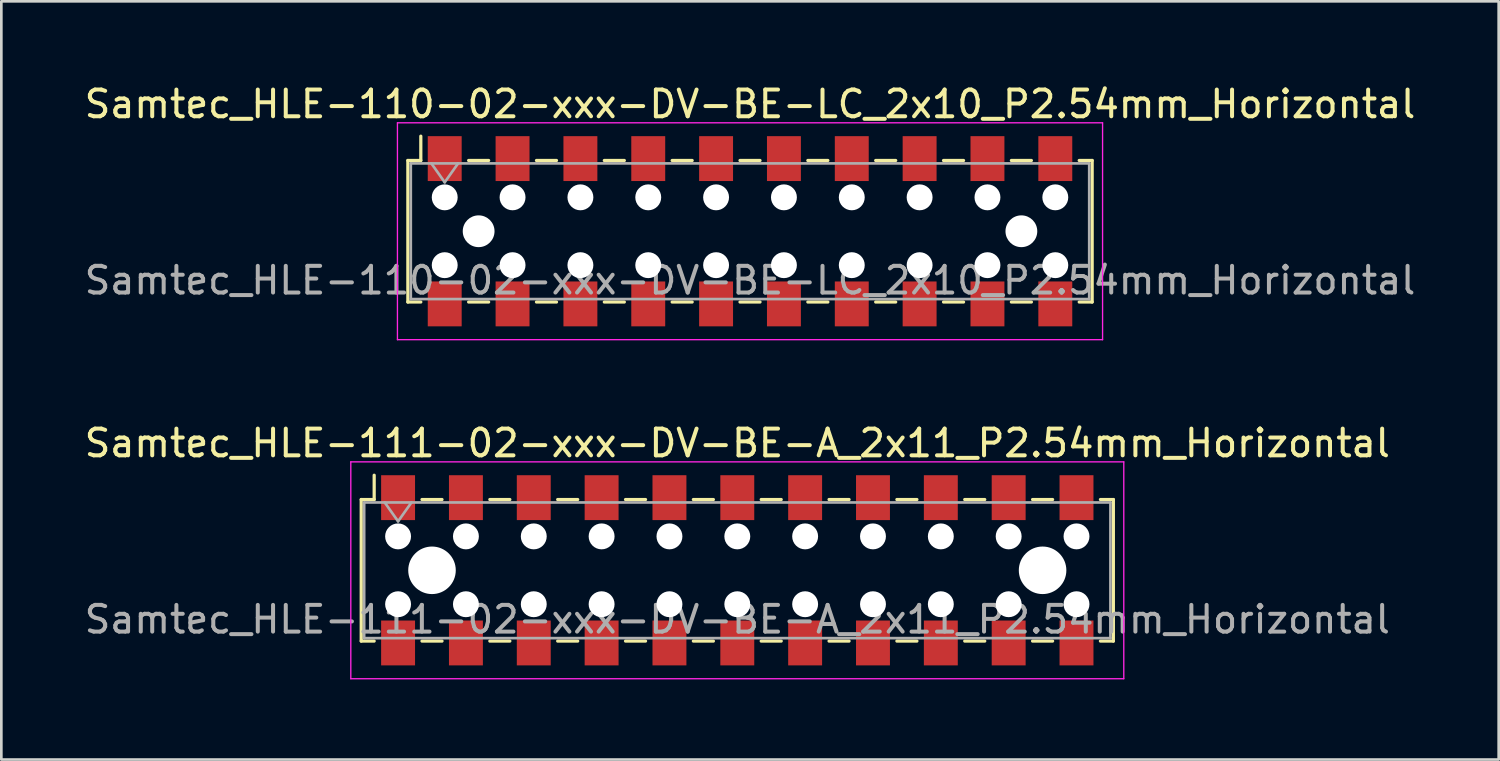
<source format=kicad_pcb>
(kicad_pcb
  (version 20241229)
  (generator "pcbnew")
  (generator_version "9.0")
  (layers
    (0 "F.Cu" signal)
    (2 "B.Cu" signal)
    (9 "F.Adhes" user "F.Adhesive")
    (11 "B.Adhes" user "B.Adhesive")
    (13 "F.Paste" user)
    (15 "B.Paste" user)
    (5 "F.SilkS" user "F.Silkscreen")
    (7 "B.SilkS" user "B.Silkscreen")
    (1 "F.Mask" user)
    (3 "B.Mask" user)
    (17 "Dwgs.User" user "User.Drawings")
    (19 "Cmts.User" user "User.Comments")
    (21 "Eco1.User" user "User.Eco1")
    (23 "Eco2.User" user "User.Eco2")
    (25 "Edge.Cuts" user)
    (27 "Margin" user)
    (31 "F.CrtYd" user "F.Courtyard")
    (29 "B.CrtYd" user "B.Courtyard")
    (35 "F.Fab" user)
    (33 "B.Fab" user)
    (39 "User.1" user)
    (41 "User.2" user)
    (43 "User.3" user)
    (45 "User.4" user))
  (footprint "Samtec_HLE-110-02-xxx-DV-BE-LC_2x10_P2.54mm_Horizontal"
    (layer "F.Cu")
    (at 25.03 5.608)
    (property "Reference" "Samtec_HLE-110-02-xxx-DV-BE-LC_2x10_P2.54mm_Horizontal" (at 0 -4.76 0) (layer "F.SilkS") (effects (font (size 1 1) (thickness 0.15))))
    (attr smd)
    (fp_line (start -12.81 -2.65) (end -12.81 2.65) (stroke (width 0.12) (type solid)) (layer "F.SilkS"))
    (fp_line (start -12.81 2.65) (end -12.325 2.65) (stroke (width 0.12) (type solid)) (layer "F.SilkS"))
    (fp_line (start -12.325 -3.56) (end -12.325 -2.65) (stroke (width 0.12) (type solid)) (layer "F.SilkS"))
    (fp_line (start -12.325 -2.65) (end -12.81 -2.65) (stroke (width 0.12) (type solid)) (layer "F.SilkS"))
    (fp_line (start -10.535 -2.65) (end -9.785 -2.65) (stroke (width 0.12) (type solid)) (layer "F.SilkS"))
    (fp_line (start -10.535 2.65) (end -9.785 2.65) (stroke (width 0.12) (type solid)) (layer "F.SilkS"))
    (fp_line (start -7.995 -2.65) (end -7.245 -2.65) (stroke (width 0.12) (type solid)) (layer "F.SilkS"))
    (fp_line (start -7.995 2.65) (end -7.245 2.65) (stroke (width 0.12) (type solid)) (layer "F.SilkS"))
    (fp_line (start -5.455 -2.65) (end -4.705 -2.65) (stroke (width 0.12) (type solid)) (layer "F.SilkS"))
    (fp_line (start -5.455 2.65) (end -4.705 2.65) (stroke (width 0.12) (type solid)) (layer "F.SilkS"))
    (fp_line (start -2.915 -2.65) (end -2.165 -2.65) (stroke (width 0.12) (type solid)) (layer "F.SilkS"))
    (fp_line (start -2.915 2.65) (end -2.165 2.65) (stroke (width 0.12) (type solid)) (layer "F.SilkS"))
    (fp_line (start -0.375 -2.65) (end 0.375 -2.65) (stroke (width 0.12) (type solid)) (layer "F.SilkS"))
    (fp_line (start -0.375 2.65) (end 0.375 2.65) (stroke (width 0.12) (type solid)) (layer "F.SilkS"))
    (fp_line (start 2.165 -2.65) (end 2.915 -2.65) (stroke (width 0.12) (type solid)) (layer "F.SilkS"))
    (fp_line (start 2.165 2.65) (end 2.915 2.65) (stroke (width 0.12) (type solid)) (layer "F.SilkS"))
    (fp_line (start 4.705 -2.65) (end 5.455 -2.65) (stroke (width 0.12) (type solid)) (layer "F.SilkS"))
    (fp_line (start 4.705 2.65) (end 5.455 2.65) (stroke (width 0.12) (type solid)) (layer "F.SilkS"))
    (fp_line (start 7.245 -2.65) (end 7.995 -2.65) (stroke (width 0.12) (type solid)) (layer "F.SilkS"))
    (fp_line (start 7.245 2.65) (end 7.995 2.65) (stroke (width 0.12) (type solid)) (layer "F.SilkS"))
    (fp_line (start 9.785 -2.65) (end 10.535 -2.65) (stroke (width 0.12) (type solid)) (layer "F.SilkS"))
    (fp_line (start 9.785 2.65) (end 10.535 2.65) (stroke (width 0.12) (type solid)) (layer "F.SilkS"))
    (fp_line (start 12.325 -2.65) (end 12.81 -2.65) (stroke (width 0.12) (type solid)) (layer "F.SilkS"))
    (fp_line (start 12.81 -2.65) (end 12.81 2.65) (stroke (width 0.12) (type solid)) (layer "F.SilkS"))
    (fp_line (start 12.81 2.65) (end 12.325 2.65) (stroke (width 0.12) (type solid)) (layer "F.SilkS"))
    (fp_line (start -13.2 -4.06) (end 13.2 -4.06) (stroke (width 0.05) (type solid)) (layer "F.CrtYd"))
    (fp_line (start -13.2 4.06) (end -13.2 -4.06) (stroke (width 0.05) (type solid)) (layer "F.CrtYd"))
    (fp_line (start 13.2 -4.06) (end 13.2 4.06) (stroke (width 0.05) (type solid)) (layer "F.CrtYd"))
    (fp_line (start 13.2 4.06) (end -13.2 4.06) (stroke (width 0.05) (type solid)) (layer "F.CrtYd"))
    (fp_line (start -12.7 -2.54) (end 12.7 -2.54) (stroke (width 0.1) (type solid)) (layer "F.Fab"))
    (fp_line (start -12.7 2.54) (end -12.7 -2.54) (stroke (width 0.1) (type solid)) (layer "F.Fab"))
    (fp_line (start -11.93 -2.54) (end -11.43 -1.833) (stroke (width 0.1) (type solid)) (layer "F.Fab"))
    (fp_line (start -11.43 -1.833) (end -10.93 -2.54) (stroke (width 0.1) (type solid)) (layer "F.Fab"))
    (fp_line (start 12.7 -2.54) (end 12.7 2.54) (stroke (width 0.1) (type solid)) (layer "F.Fab"))
    (fp_line (start 12.7 2.54) (end -12.7 2.54) (stroke (width 0.1) (type solid)) (layer "F.Fab"))
    (fp_text user "${REFERENCE}" (at 0 1.84 0) (layer "F.Fab") (effects (font (size 1 1) (thickness 0.15))))
    (pad "" np_thru_hole circle (at -11.43 -1.27) (size 0.97 0.97) (drill 0.97) (layers "*.Cu" "*.Mask"))
    (pad "" np_thru_hole circle (at -11.43 1.27) (size 0.97 0.97) (drill 0.97) (layers "*.Cu" "*.Mask"))
    (pad "" np_thru_hole circle (at -10.16 0) (size 1.19 1.19) (drill 1.19) (layers "*.Cu" "*.Mask"))
    (pad "" np_thru_hole circle (at -8.89 -1.27) (size 0.97 0.97) (drill 0.97) (layers "*.Cu" "*.Mask"))
    (pad "" np_thru_hole circle (at -8.89 1.27) (size 0.97 0.97) (drill 0.97) (layers "*.Cu" "*.Mask"))
    (pad "" np_thru_hole circle (at -6.35 -1.27) (size 0.97 0.97) (drill 0.97) (layers "*.Cu" "*.Mask"))
    (pad "" np_thru_hole circle (at -6.35 1.27) (size 0.97 0.97) (drill 0.97) (layers "*.Cu" "*.Mask"))
    (pad "" np_thru_hole circle (at -3.81 -1.27) (size 0.97 0.97) (drill 0.97) (layers "*.Cu" "*.Mask"))
    (pad "" np_thru_hole circle (at -3.81 1.27) (size 0.97 0.97) (drill 0.97) (layers "*.Cu" "*.Mask"))
    (pad "" np_thru_hole circle (at -1.27 -1.27) (size 0.97 0.97) (drill 0.97) (layers "*.Cu" "*.Mask"))
    (pad "" np_thru_hole circle (at -1.27 1.27) (size 0.97 0.97) (drill 0.97) (layers "*.Cu" "*.Mask"))
    (pad "" np_thru_hole circle (at 1.27 -1.27) (size 0.97 0.97) (drill 0.97) (layers "*.Cu" "*.Mask"))
    (pad "" np_thru_hole circle (at 1.27 1.27) (size 0.97 0.97) (drill 0.97) (layers "*.Cu" "*.Mask"))
    (pad "" np_thru_hole circle (at 3.81 -1.27) (size 0.97 0.97) (drill 0.97) (layers "*.Cu" "*.Mask"))
    (pad "" np_thru_hole circle (at 3.81 1.27) (size 0.97 0.97) (drill 0.97) (layers "*.Cu" "*.Mask"))
    (pad "" np_thru_hole circle (at 6.35 -1.27) (size 0.97 0.97) (drill 0.97) (layers "*.Cu" "*.Mask"))
    (pad "" np_thru_hole circle (at 6.35 1.27) (size 0.97 0.97) (drill 0.97) (layers "*.Cu" "*.Mask"))
    (pad "" np_thru_hole circle (at 8.89 -1.27) (size 0.97 0.97) (drill 0.97) (layers "*.Cu" "*.Mask"))
    (pad "" np_thru_hole circle (at 8.89 1.27) (size 0.97 0.97) (drill 0.97) (layers "*.Cu" "*.Mask"))
    (pad "" np_thru_hole circle (at 10.16 0) (size 1.19 1.19) (drill 1.19) (layers "*.Cu" "*.Mask"))
    (pad "" np_thru_hole circle (at 11.43 -1.27) (size 0.97 0.97) (drill 0.97) (layers "*.Cu" "*.Mask"))
    (pad "" np_thru_hole circle (at 11.43 1.27) (size 0.97 0.97) (drill 0.97) (layers "*.Cu" "*.Mask"))
    (pad "1" smd rect (at -11.43 -2.72) (size 1.27 1.68) (layers "F.Cu" "F.Mask" "F.Paste"))
    (pad "2" smd rect (at -11.43 2.72) (size 1.27 1.68) (layers "F.Cu" "F.Mask" "F.Paste"))
    (pad "3" smd rect (at -8.89 -2.72) (size 1.27 1.68) (layers "F.Cu" "F.Mask" "F.Paste"))
    (pad "4" smd rect (at -8.89 2.72) (size 1.27 1.68) (layers "F.Cu" "F.Mask" "F.Paste"))
    (pad "5" smd rect (at -6.35 -2.72) (size 1.27 1.68) (layers "F.Cu" "F.Mask" "F.Paste"))
    (pad "6" smd rect (at -6.35 2.72) (size 1.27 1.68) (layers "F.Cu" "F.Mask" "F.Paste"))
    (pad "7" smd rect (at -3.81 -2.72) (size 1.27 1.68) (layers "F.Cu" "F.Mask" "F.Paste"))
    (pad "8" smd rect (at -3.81 2.72) (size 1.27 1.68) (layers "F.Cu" "F.Mask" "F.Paste"))
    (pad "9" smd rect (at -1.27 -2.72) (size 1.27 1.68) (layers "F.Cu" "F.Mask" "F.Paste"))
    (pad "10" smd rect (at -1.27 2.72) (size 1.27 1.68) (layers "F.Cu" "F.Mask" "F.Paste"))
    (pad "11" smd rect (at 1.27 -2.72) (size 1.27 1.68) (layers "F.Cu" "F.Mask" "F.Paste"))
    (pad "12" smd rect (at 1.27 2.72) (size 1.27 1.68) (layers "F.Cu" "F.Mask" "F.Paste"))
    (pad "13" smd rect (at 3.81 -2.72) (size 1.27 1.68) (layers "F.Cu" "F.Mask" "F.Paste"))
    (pad "14" smd rect (at 3.81 2.72) (size 1.27 1.68) (layers "F.Cu" "F.Mask" "F.Paste"))
    (pad "15" smd rect (at 6.35 -2.72) (size 1.27 1.68) (layers "F.Cu" "F.Mask" "F.Paste"))
    (pad "16" smd rect (at 6.35 2.72) (size 1.27 1.68) (layers "F.Cu" "F.Mask" "F.Paste"))
    (pad "17" smd rect (at 8.89 -2.72) (size 1.27 1.68) (layers "F.Cu" "F.Mask" "F.Paste"))
    (pad "18" smd rect (at 8.89 2.72) (size 1.27 1.68) (layers "F.Cu" "F.Mask" "F.Paste"))
    (pad "19" smd rect (at 11.43 -2.72) (size 1.27 1.68) (layers "F.Cu" "F.Mask" "F.Paste"))
    (pad "20" smd rect (at 11.43 2.72) (size 1.27 1.68) (layers "F.Cu" "F.Mask" "F.Paste")))
  (footprint "Samtec_HLE-111-02-xxx-DV-BE-A_2x11_P2.54mm_Horizontal"
    (layer "F.Cu")
    (at 24.554 18.302)
    (property "Reference" "Samtec_HLE-111-02-xxx-DV-BE-A_2x11_P2.54mm_Horizontal" (at 0 -4.76 0) (layer "F.SilkS") (effects (font (size 1 1) (thickness 0.15))))
    (attr smd)
    (fp_line (start -14.08 -2.65) (end -14.08 2.65) (stroke (width 0.12) (type solid)) (layer "F.SilkS"))
    (fp_line (start -14.08 2.65) (end -13.595 2.65) (stroke (width 0.12) (type solid)) (layer "F.SilkS"))
    (fp_line (start -13.595 -3.56) (end -13.595 -2.65) (stroke (width 0.12) (type solid)) (layer "F.SilkS"))
    (fp_line (start -13.595 -2.65) (end -14.08 -2.65) (stroke (width 0.12) (type solid)) (layer "F.SilkS"))
    (fp_line (start -11.805 -2.65) (end -11.055 -2.65) (stroke (width 0.12) (type solid)) (layer "F.SilkS"))
    (fp_line (start -11.805 2.65) (end -11.055 2.65) (stroke (width 0.12) (type solid)) (layer "F.SilkS"))
    (fp_line (start -9.265 -2.65) (end -8.515 -2.65) (stroke (width 0.12) (type solid)) (layer "F.SilkS"))
    (fp_line (start -9.265 2.65) (end -8.515 2.65) (stroke (width 0.12) (type solid)) (layer "F.SilkS"))
    (fp_line (start -6.725 -2.65) (end -5.975 -2.65) (stroke (width 0.12) (type solid)) (layer "F.SilkS"))
    (fp_line (start -6.725 2.65) (end -5.975 2.65) (stroke (width 0.12) (type solid)) (layer "F.SilkS"))
    (fp_line (start -4.185 -2.65) (end -3.435 -2.65) (stroke (width 0.12) (type solid)) (layer "F.SilkS"))
    (fp_line (start -4.185 2.65) (end -3.435 2.65) (stroke (width 0.12) (type solid)) (layer "F.SilkS"))
    (fp_line (start -1.645 -2.65) (end -0.895 -2.65) (stroke (width 0.12) (type solid)) (layer "F.SilkS"))
    (fp_line (start -1.645 2.65) (end -0.895 2.65) (stroke (width 0.12) (type solid)) (layer "F.SilkS"))
    (fp_line (start 0.895 -2.65) (end 1.645 -2.65) (stroke (width 0.12) (type solid)) (layer "F.SilkS"))
    (fp_line (start 0.895 2.65) (end 1.645 2.65) (stroke (width 0.12) (type solid)) (layer "F.SilkS"))
    (fp_line (start 3.435 -2.65) (end 4.185 -2.65) (stroke (width 0.12) (type solid)) (layer "F.SilkS"))
    (fp_line (start 3.435 2.65) (end 4.185 2.65) (stroke (width 0.12) (type solid)) (layer "F.SilkS"))
    (fp_line (start 5.975 -2.65) (end 6.725 -2.65) (stroke (width 0.12) (type solid)) (layer "F.SilkS"))
    (fp_line (start 5.975 2.65) (end 6.725 2.65) (stroke (width 0.12) (type solid)) (layer "F.SilkS"))
    (fp_line (start 8.515 -2.65) (end 9.265 -2.65) (stroke (width 0.12) (type solid)) (layer "F.SilkS"))
    (fp_line (start 8.515 2.65) (end 9.265 2.65) (stroke (width 0.12) (type solid)) (layer "F.SilkS"))
    (fp_line (start 11.055 -2.65) (end 11.805 -2.65) (stroke (width 0.12) (type solid)) (layer "F.SilkS"))
    (fp_line (start 11.055 2.65) (end 11.805 2.65) (stroke (width 0.12) (type solid)) (layer "F.SilkS"))
    (fp_line (start 13.595 -2.65) (end 14.08 -2.65) (stroke (width 0.12) (type solid)) (layer "F.SilkS"))
    (fp_line (start 14.08 -2.65) (end 14.08 2.65) (stroke (width 0.12) (type solid)) (layer "F.SilkS"))
    (fp_line (start 14.08 2.65) (end 13.595 2.65) (stroke (width 0.12) (type solid)) (layer "F.SilkS"))
    (fp_line (start -14.47 -4.06) (end 14.47 -4.06) (stroke (width 0.05) (type solid)) (layer "F.CrtYd"))
    (fp_line (start -14.47 4.06) (end -14.47 -4.06) (stroke (width 0.05) (type solid)) (layer "F.CrtYd"))
    (fp_line (start 14.47 -4.06) (end 14.47 4.06) (stroke (width 0.05) (type solid)) (layer "F.CrtYd"))
    (fp_line (start 14.47 4.06) (end -14.47 4.06) (stroke (width 0.05) (type solid)) (layer "F.CrtYd"))
    (fp_line (start -13.97 -2.54) (end 13.97 -2.54) (stroke (width 0.1) (type solid)) (layer "F.Fab"))
    (fp_line (start -13.97 2.54) (end -13.97 -2.54) (stroke (width 0.1) (type solid)) (layer "F.Fab"))
    (fp_line (start -13.2 -2.54) (end -12.7 -1.833) (stroke (width 0.1) (type solid)) (layer "F.Fab"))
    (fp_line (start -12.7 -1.833) (end -12.2 -2.54) (stroke (width 0.1) (type solid)) (layer "F.Fab"))
    (fp_line (start 13.97 -2.54) (end 13.97 2.54) (stroke (width 0.1) (type solid)) (layer "F.Fab"))
    (fp_line (start 13.97 2.54) (end -13.97 2.54) (stroke (width 0.1) (type solid)) (layer "F.Fab"))
    (fp_text user "${REFERENCE}" (at 0 1.84 0) (layer "F.Fab") (effects (font (size 1 1) (thickness 0.15))))
    (pad "" np_thru_hole circle (at -12.7 -1.27) (size 0.97 0.97) (drill 0.97) (layers "*.Cu" "*.Mask"))
    (pad "" np_thru_hole circle (at -12.7 1.27) (size 0.97 0.97) (drill 0.97) (layers "*.Cu" "*.Mask"))
    (pad "" np_thru_hole circle (at -11.43 0) (size 1.78 1.78) (drill 1.78) (layers "*.Cu" "*.Mask"))
    (pad "" np_thru_hole circle (at -10.16 -1.27) (size 0.97 0.97) (drill 0.97) (layers "*.Cu" "*.Mask"))
    (pad "" np_thru_hole circle (at -10.16 1.27) (size 0.97 0.97) (drill 0.97) (layers "*.Cu" "*.Mask"))
    (pad "" np_thru_hole circle (at -7.62 -1.27) (size 0.97 0.97) (drill 0.97) (layers "*.Cu" "*.Mask"))
    (pad "" np_thru_hole circle (at -7.62 1.27) (size 0.97 0.97) (drill 0.97) (layers "*.Cu" "*.Mask"))
    (pad "" np_thru_hole circle (at -5.08 -1.27) (size 0.97 0.97) (drill 0.97) (layers "*.Cu" "*.Mask"))
    (pad "" np_thru_hole circle (at -5.08 1.27) (size 0.97 0.97) (drill 0.97) (layers "*.Cu" "*.Mask"))
    (pad "" np_thru_hole circle (at -2.54 -1.27) (size 0.97 0.97) (drill 0.97) (layers "*.Cu" "*.Mask"))
    (pad "" np_thru_hole circle (at -2.54 1.27) (size 0.97 0.97) (drill 0.97) (layers "*.Cu" "*.Mask"))
    (pad "" np_thru_hole circle (at 0 -1.27) (size 0.97 0.97) (drill 0.97) (layers "*.Cu" "*.Mask"))
    (pad "" np_thru_hole circle (at 0 1.27) (size 0.97 0.97) (drill 0.97) (layers "*.Cu" "*.Mask"))
    (pad "" np_thru_hole circle (at 2.54 -1.27) (size 0.97 0.97) (drill 0.97) (layers "*.Cu" "*.Mask"))
    (pad "" np_thru_hole circle (at 2.54 1.27) (size 0.97 0.97) (drill 0.97) (layers "*.Cu" "*.Mask"))
    (pad "" np_thru_hole circle (at 5.08 -1.27) (size 0.97 0.97) (drill 0.97) (layers "*.Cu" "*.Mask"))
    (pad "" np_thru_hole circle (at 5.08 1.27) (size 0.97 0.97) (drill 0.97) (layers "*.Cu" "*.Mask"))
    (pad "" np_thru_hole circle (at 7.62 -1.27) (size 0.97 0.97) (drill 0.97) (layers "*.Cu" "*.Mask"))
    (pad "" np_thru_hole circle (at 7.62 1.27) (size 0.97 0.97) (drill 0.97) (layers "*.Cu" "*.Mask"))
    (pad "" np_thru_hole circle (at 10.16 -1.27) (size 0.97 0.97) (drill 0.97) (layers "*.Cu" "*.Mask"))
    (pad "" np_thru_hole circle (at 10.16 1.27) (size 0.97 0.97) (drill 0.97) (layers "*.Cu" "*.Mask"))
    (pad "" np_thru_hole circle (at 11.43 0) (size 1.78 1.78) (drill 1.78) (layers "*.Cu" "*.Mask"))
    (pad "" np_thru_hole circle (at 12.7 -1.27) (size 0.97 0.97) (drill 0.97) (layers "*.Cu" "*.Mask"))
    (pad "" np_thru_hole circle (at 12.7 1.27) (size 0.97 0.97) (drill 0.97) (layers "*.Cu" "*.Mask"))
    (pad "1" smd rect (at -12.7 -2.72) (size 1.27 1.68) (layers "F.Cu" "F.Mask" "F.Paste"))
    (pad "2" smd rect (at -12.7 2.72) (size 1.27 1.68) (layers "F.Cu" "F.Mask" "F.Paste"))
    (pad "3" smd rect (at -10.16 -2.72) (size 1.27 1.68) (layers "F.Cu" "F.Mask" "F.Paste"))
    (pad "4" smd rect (at -10.16 2.72) (size 1.27 1.68) (layers "F.Cu" "F.Mask" "F.Paste"))
    (pad "5" smd rect (at -7.62 -2.72) (size 1.27 1.68) (layers "F.Cu" "F.Mask" "F.Paste"))
    (pad "6" smd rect (at -7.62 2.72) (size 1.27 1.68) (layers "F.Cu" "F.Mask" "F.Paste"))
    (pad "7" smd rect (at -5.08 -2.72) (size 1.27 1.68) (layers "F.Cu" "F.Mask" "F.Paste"))
    (pad "8" smd rect (at -5.08 2.72) (size 1.27 1.68) (layers "F.Cu" "F.Mask" "F.Paste"))
    (pad "9" smd rect (at -2.54 -2.72) (size 1.27 1.68) (layers "F.Cu" "F.Mask" "F.Paste"))
    (pad "10" smd rect (at -2.54 2.72) (size 1.27 1.68) (layers "F.Cu" "F.Mask" "F.Paste"))
    (pad "11" smd rect (at 0 -2.72) (size 1.27 1.68) (layers "F.Cu" "F.Mask" "F.Paste"))
    (pad "12" smd rect (at 0 2.72) (size 1.27 1.68) (layers "F.Cu" "F.Mask" "F.Paste"))
    (pad "13" smd rect (at 2.54 -2.72) (size 1.27 1.68) (layers "F.Cu" "F.Mask" "F.Paste"))
    (pad "14" smd rect (at 2.54 2.72) (size 1.27 1.68) (layers "F.Cu" "F.Mask" "F.Paste"))
    (pad "15" smd rect (at 5.08 -2.72) (size 1.27 1.68) (layers "F.Cu" "F.Mask" "F.Paste"))
    (pad "16" smd rect (at 5.08 2.72) (size 1.27 1.68) (layers "F.Cu" "F.Mask" "F.Paste"))
    (pad "17" smd rect (at 7.62 -2.72) (size 1.27 1.68) (layers "F.Cu" "F.Mask" "F.Paste"))
    (pad "18" smd rect (at 7.62 2.72) (size 1.27 1.68) (layers "F.Cu" "F.Mask" "F.Paste"))
    (pad "19" smd rect (at 10.16 -2.72) (size 1.27 1.68) (layers "F.Cu" "F.Mask" "F.Paste"))
    (pad "20" smd rect (at 10.16 2.72) (size 1.27 1.68) (layers "F.Cu" "F.Mask" "F.Paste"))
    (pad "21" smd rect (at 12.7 -2.72) (size 1.27 1.68) (layers "F.Cu" "F.Mask" "F.Paste"))
    (pad "22" smd rect (at 12.7 2.72) (size 1.27 1.68) (layers "F.Cu" "F.Mask" "F.Paste")))
  (gr_rect
    (start -3 -3)
    (end 53.06 25.387)
    (stroke (width 0.1) (type default))
    (fill no)
    (layer "Edge.Cuts")))
</source>
